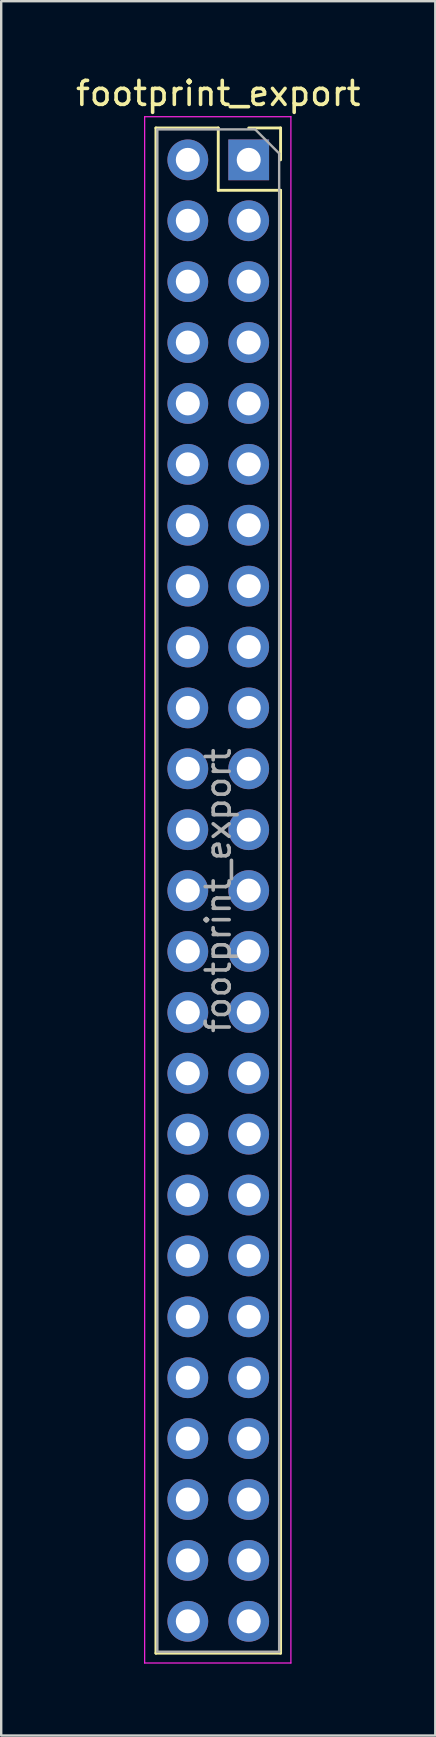
<source format=kicad_pcb>
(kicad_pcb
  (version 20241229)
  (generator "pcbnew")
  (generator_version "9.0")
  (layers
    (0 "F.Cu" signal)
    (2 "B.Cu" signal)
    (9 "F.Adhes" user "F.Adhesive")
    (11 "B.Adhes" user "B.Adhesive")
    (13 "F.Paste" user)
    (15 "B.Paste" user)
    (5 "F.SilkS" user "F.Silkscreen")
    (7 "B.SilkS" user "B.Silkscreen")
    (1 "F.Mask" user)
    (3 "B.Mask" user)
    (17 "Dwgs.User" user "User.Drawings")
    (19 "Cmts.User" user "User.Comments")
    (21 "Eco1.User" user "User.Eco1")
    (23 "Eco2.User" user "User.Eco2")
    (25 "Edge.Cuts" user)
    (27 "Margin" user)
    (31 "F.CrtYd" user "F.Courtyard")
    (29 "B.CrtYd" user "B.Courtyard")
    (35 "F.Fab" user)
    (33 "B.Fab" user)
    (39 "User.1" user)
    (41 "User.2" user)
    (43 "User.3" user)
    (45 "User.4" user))
  (footprint "footprint_export"
    (layer "F.Cu")
    (at 7.324 3.618)
    (property "Reference" "footprint_export" (at -1.27 -2.77 0) (layer "F.SilkS") (effects (font (size 1 1) (thickness 0.15))))
    (attr through_hole)
    (fp_line (start -3.87 -1.33) (end -3.87 62.29) (stroke (width 0.12) (type solid)) (layer "F.SilkS"))
    (fp_line (start -3.87 -1.33) (end -1.27 -1.33) (stroke (width 0.12) (type solid)) (layer "F.SilkS"))
    (fp_line (start -3.87 62.29) (end 1.33 62.29) (stroke (width 0.12) (type solid)) (layer "F.SilkS"))
    (fp_line (start -1.27 -1.33) (end -1.27 1.27) (stroke (width 0.12) (type solid)) (layer "F.SilkS"))
    (fp_line (start -1.27 1.27) (end 1.33 1.27) (stroke (width 0.12) (type solid)) (layer "F.SilkS"))
    (fp_line (start 0 -1.33) (end 1.33 -1.33) (stroke (width 0.12) (type solid)) (layer "F.SilkS"))
    (fp_line (start 1.33 -1.33) (end 1.33 0) (stroke (width 0.12) (type solid)) (layer "F.SilkS"))
    (fp_line (start 1.33 1.27) (end 1.33 62.29) (stroke (width 0.12) (type solid)) (layer "F.SilkS"))
    (fp_line (start -4.34 -1.8) (end 1.76 -1.8) (stroke (width 0.05) (type solid)) (layer "F.CrtYd"))
    (fp_line (start -4.34 62.7) (end -4.34 -1.8) (stroke (width 0.05) (type solid)) (layer "F.CrtYd"))
    (fp_line (start 1.76 -1.8) (end 1.76 62.7) (stroke (width 0.05) (type solid)) (layer "F.CrtYd"))
    (fp_line (start 1.76 62.7) (end -4.34 62.7) (stroke (width 0.05) (type solid)) (layer "F.CrtYd"))
    (fp_line (start -3.81 -1.27) (end 0.27 -1.27) (stroke (width 0.1) (type solid)) (layer "F.Fab"))
    (fp_line (start -3.81 62.23) (end -3.81 -1.27) (stroke (width 0.1) (type solid)) (layer "F.Fab"))
    (fp_line (start 0.27 -1.27) (end 1.27 -0.27) (stroke (width 0.1) (type solid)) (layer "F.Fab"))
    (fp_line (start 1.27 -0.27) (end 1.27 62.23) (stroke (width 0.1) (type solid)) (layer "F.Fab"))
    (fp_line (start 1.27 62.23) (end -3.81 62.23) (stroke (width 0.1) (type solid)) (layer "F.Fab"))
    (fp_text user "${REFERENCE}" (at -1.27 30.48 90) (layer "F.Fab") (effects (font (size 1 1) (thickness 0.15))))
    (pad "1" thru_hole rect (at 0 0) (size 1.7 1.7) (drill 1) (layers "*.Cu" "*.Mask"))
    (pad "2" thru_hole oval (at -2.54 0) (size 1.7 1.7) (drill 1) (layers "*.Cu" "*.Mask"))
    (pad "3" thru_hole oval (at 0 2.54) (size 1.7 1.7) (drill 1) (layers "*.Cu" "*.Mask"))
    (pad "4" thru_hole oval (at -2.54 2.54) (size 1.7 1.7) (drill 1) (layers "*.Cu" "*.Mask"))
    (pad "5" thru_hole oval (at 0 5.08) (size 1.7 1.7) (drill 1) (layers "*.Cu" "*.Mask"))
    (pad "6" thru_hole oval (at -2.54 5.08) (size 1.7 1.7) (drill 1) (layers "*.Cu" "*.Mask"))
    (pad "7" thru_hole oval (at 0 7.62) (size 1.7 1.7) (drill 1) (layers "*.Cu" "*.Mask"))
    (pad "8" thru_hole oval (at -2.54 7.62) (size 1.7 1.7) (drill 1) (layers "*.Cu" "*.Mask"))
    (pad "9" thru_hole oval (at 0 10.16) (size 1.7 1.7) (drill 1) (layers "*.Cu" "*.Mask"))
    (pad "10" thru_hole oval (at -2.54 10.16) (size 1.7 1.7) (drill 1) (layers "*.Cu" "*.Mask"))
    (pad "11" thru_hole oval (at 0 12.7) (size 1.7 1.7) (drill 1) (layers "*.Cu" "*.Mask"))
    (pad "12" thru_hole oval (at -2.54 12.7) (size 1.7 1.7) (drill 1) (layers "*.Cu" "*.Mask"))
    (pad "13" thru_hole oval (at 0 15.24) (size 1.7 1.7) (drill 1) (layers "*.Cu" "*.Mask"))
    (pad "14" thru_hole oval (at -2.54 15.24) (size 1.7 1.7) (drill 1) (layers "*.Cu" "*.Mask"))
    (pad "15" thru_hole oval (at 0 17.78) (size 1.7 1.7) (drill 1) (layers "*.Cu" "*.Mask"))
    (pad "16" thru_hole oval (at -2.54 17.78) (size 1.7 1.7) (drill 1) (layers "*.Cu" "*.Mask"))
    (pad "17" thru_hole oval (at 0 20.32) (size 1.7 1.7) (drill 1) (layers "*.Cu" "*.Mask"))
    (pad "18" thru_hole oval (at -2.54 20.32) (size 1.7 1.7) (drill 1) (layers "*.Cu" "*.Mask"))
    (pad "19" thru_hole oval (at 0 22.86) (size 1.7 1.7) (drill 1) (layers "*.Cu" "*.Mask"))
    (pad "20" thru_hole oval (at -2.54 22.86) (size 1.7 1.7) (drill 1) (layers "*.Cu" "*.Mask"))
    (pad "21" thru_hole oval (at 0 25.4) (size 1.7 1.7) (drill 1) (layers "*.Cu" "*.Mask"))
    (pad "22" thru_hole oval (at -2.54 25.4) (size 1.7 1.7) (drill 1) (layers "*.Cu" "*.Mask"))
    (pad "23" thru_hole oval (at 0 27.94) (size 1.7 1.7) (drill 1) (layers "*.Cu" "*.Mask"))
    (pad "24" thru_hole oval (at -2.54 27.94) (size 1.7 1.7) (drill 1) (layers "*.Cu" "*.Mask"))
    (pad "25" thru_hole oval (at 0 30.48) (size 1.7 1.7) (drill 1) (layers "*.Cu" "*.Mask"))
    (pad "26" thru_hole oval (at -2.54 30.48) (size 1.7 1.7) (drill 1) (layers "*.Cu" "*.Mask"))
    (pad "27" thru_hole oval (at 0 33.02) (size 1.7 1.7) (drill 1) (layers "*.Cu" "*.Mask"))
    (pad "28" thru_hole oval (at -2.54 33.02) (size 1.7 1.7) (drill 1) (layers "*.Cu" "*.Mask"))
    (pad "29" thru_hole oval (at 0 35.56) (size 1.7 1.7) (drill 1) (layers "*.Cu" "*.Mask"))
    (pad "30" thru_hole oval (at -2.54 35.56) (size 1.7 1.7) (drill 1) (layers "*.Cu" "*.Mask"))
    (pad "31" thru_hole oval (at 0 38.1) (size 1.7 1.7) (drill 1) (layers "*.Cu" "*.Mask"))
    (pad "32" thru_hole oval (at -2.54 38.1) (size 1.7 1.7) (drill 1) (layers "*.Cu" "*.Mask"))
    (pad "33" thru_hole oval (at 0 40.64) (size 1.7 1.7) (drill 1) (layers "*.Cu" "*.Mask"))
    (pad "34" thru_hole oval (at -2.54 40.64) (size 1.7 1.7) (drill 1) (layers "*.Cu" "*.Mask"))
    (pad "35" thru_hole oval (at 0 43.18) (size 1.7 1.7) (drill 1) (layers "*.Cu" "*.Mask"))
    (pad "36" thru_hole oval (at -2.54 43.18) (size 1.7 1.7) (drill 1) (layers "*.Cu" "*.Mask"))
    (pad "37" thru_hole oval (at 0 45.72) (size 1.7 1.7) (drill 1) (layers "*.Cu" "*.Mask"))
    (pad "38" thru_hole oval (at -2.54 45.72) (size 1.7 1.7) (drill 1) (layers "*.Cu" "*.Mask"))
    (pad "39" thru_hole oval (at 0 48.26) (size 1.7 1.7) (drill 1) (layers "*.Cu" "*.Mask"))
    (pad "40" thru_hole oval (at -2.54 48.26) (size 1.7 1.7) (drill 1) (layers "*.Cu" "*.Mask"))
    (pad "41" thru_hole oval (at 0 50.8) (size 1.7 1.7) (drill 1) (layers "*.Cu" "*.Mask"))
    (pad "42" thru_hole oval (at -2.54 50.8) (size 1.7 1.7) (drill 1) (layers "*.Cu" "*.Mask"))
    (pad "43" thru_hole oval (at 0 53.34) (size 1.7 1.7) (drill 1) (layers "*.Cu" "*.Mask"))
    (pad "44" thru_hole oval (at -2.54 53.34) (size 1.7 1.7) (drill 1) (layers "*.Cu" "*.Mask"))
    (pad "45" thru_hole oval (at 0 55.88) (size 1.7 1.7) (drill 1) (layers "*.Cu" "*.Mask"))
    (pad "46" thru_hole oval (at -2.54 55.88) (size 1.7 1.7) (drill 1) (layers "*.Cu" "*.Mask"))
    (pad "47" thru_hole oval (at 0 58.42) (size 1.7 1.7) (drill 1) (layers "*.Cu" "*.Mask"))
    (pad "48" thru_hole oval (at -2.54 58.42) (size 1.7 1.7) (drill 1) (layers "*.Cu" "*.Mask"))
    (pad "49" thru_hole oval (at 0 60.96) (size 1.7 1.7) (drill 1) (layers "*.Cu" "*.Mask"))
    (pad "50" thru_hole oval (at -2.54 60.96) (size 1.7 1.7) (drill 1) (layers "*.Cu" "*.Mask")))
  (gr_rect
    (start -3 -3)
    (end 15.107 69.343)
    (stroke (width 0.1) (type default))
    (fill no)
    (layer "Edge.Cuts")))
</source>
